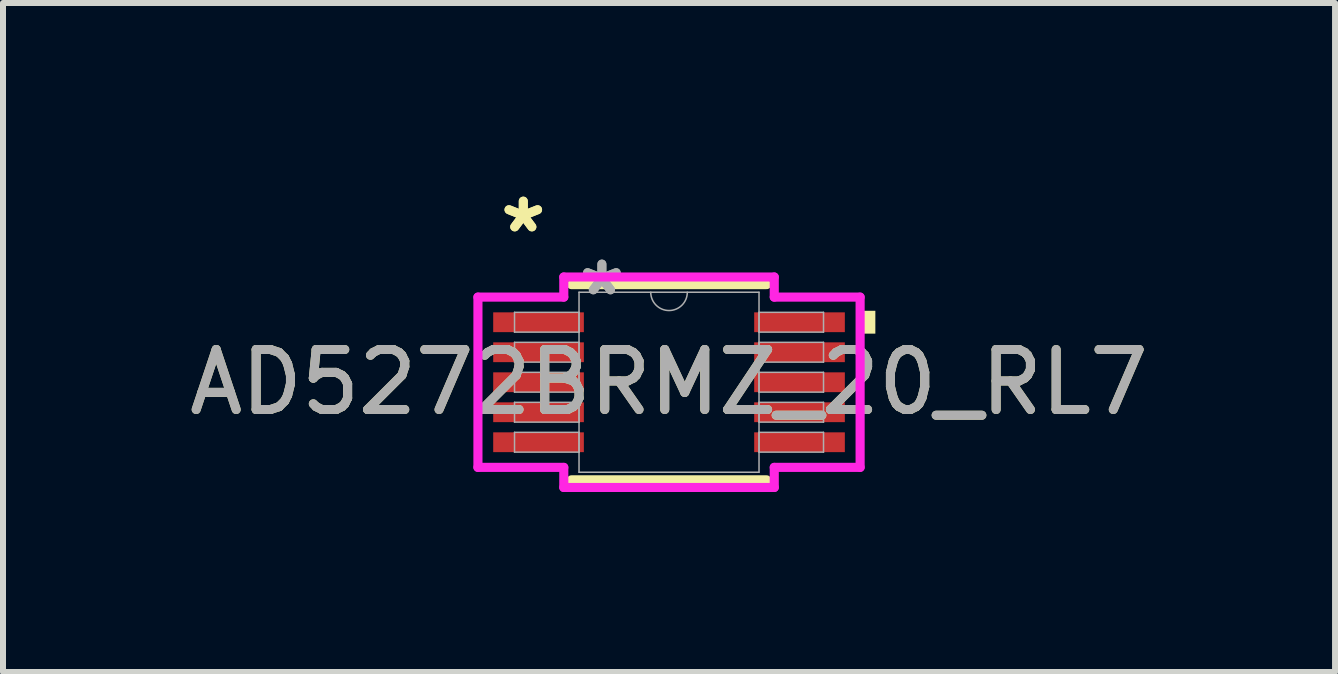
<source format=kicad_pcb>
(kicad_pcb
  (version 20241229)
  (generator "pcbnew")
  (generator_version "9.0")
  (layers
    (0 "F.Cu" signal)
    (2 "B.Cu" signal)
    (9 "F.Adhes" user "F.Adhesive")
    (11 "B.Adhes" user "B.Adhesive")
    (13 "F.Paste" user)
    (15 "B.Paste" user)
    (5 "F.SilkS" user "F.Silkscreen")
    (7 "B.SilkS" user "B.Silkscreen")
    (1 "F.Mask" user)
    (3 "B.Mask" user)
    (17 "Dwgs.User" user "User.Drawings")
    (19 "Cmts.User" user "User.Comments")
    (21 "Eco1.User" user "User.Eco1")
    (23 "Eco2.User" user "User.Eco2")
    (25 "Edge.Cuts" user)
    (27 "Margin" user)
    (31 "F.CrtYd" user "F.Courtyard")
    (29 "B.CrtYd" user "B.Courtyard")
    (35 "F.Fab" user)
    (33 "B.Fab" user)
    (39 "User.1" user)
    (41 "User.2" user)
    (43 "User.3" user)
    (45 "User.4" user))
  (footprint "AD5272BRMZ_20_RL7"
    (layer "F.Cu")
    (at 8.101 3.321)
    (property "Reference" "AD5272BRMZ_20_RL7" (at 0 0 0) (unlocked yes) (layer "F.SilkS") (effects (font (size 1 1) (thickness 0.15))))
    (attr smd)
    (fp_line (start -1.627 1.627) (end 1.627 1.627) (stroke (width 0.152) (type solid)) (layer "F.SilkS"))
    (fp_line (start 1.627 -1.627) (end -1.627 -1.627) (stroke (width 0.152) (type solid)) (layer "F.SilkS"))
    (fp_poly (pts (xy 3.439 -1.191) (xy 3.439 -0.81) (xy 3.185 -0.81) (xy 3.185 -1.191)) (stroke (width 0) (type solid)) (fill yes) (layer "F.SilkS"))
    (fp_line (start -3.185 -1.419) (end -1.754 -1.419) (stroke (width 0.152) (type solid)) (layer "F.CrtYd"))
    (fp_line (start -3.185 1.419) (end -3.185 -1.419) (stroke (width 0.152) (type solid)) (layer "F.CrtYd"))
    (fp_line (start -3.185 1.419) (end -1.754 1.419) (stroke (width 0.152) (type solid)) (layer "F.CrtYd"))
    (fp_line (start -1.754 -1.754) (end 1.754 -1.754) (stroke (width 0.152) (type solid)) (layer "F.CrtYd"))
    (fp_line (start -1.754 -1.419) (end -1.754 -1.754) (stroke (width 0.152) (type solid)) (layer "F.CrtYd"))
    (fp_line (start -1.754 1.754) (end -1.754 1.419) (stroke (width 0.152) (type solid)) (layer "F.CrtYd"))
    (fp_line (start 1.754 -1.754) (end 1.754 -1.419) (stroke (width 0.152) (type solid)) (layer "F.CrtYd"))
    (fp_line (start 1.754 1.419) (end 1.754 1.754) (stroke (width 0.152) (type solid)) (layer "F.CrtYd"))
    (fp_line (start 1.754 1.754) (end -1.754 1.754) (stroke (width 0.152) (type solid)) (layer "F.CrtYd"))
    (fp_line (start 3.185 -1.419) (end 1.754 -1.419) (stroke (width 0.152) (type solid)) (layer "F.CrtYd"))
    (fp_line (start 3.185 -1.419) (end 3.185 1.419) (stroke (width 0.152) (type solid)) (layer "F.CrtYd"))
    (fp_line (start 3.185 1.419) (end 1.754 1.419) (stroke (width 0.152) (type solid)) (layer "F.CrtYd"))
    (fp_line (start -2.575 -1.165) (end -2.575 -0.835) (stroke (width 0.025) (type solid)) (layer "F.Fab"))
    (fp_line (start -2.575 -0.835) (end -1.5 -0.835) (stroke (width 0.025) (type solid)) (layer "F.Fab"))
    (fp_line (start -2.575 -0.665) (end -2.575 -0.335) (stroke (width 0.025) (type solid)) (layer "F.Fab"))
    (fp_line (start -2.575 -0.335) (end -1.5 -0.335) (stroke (width 0.025) (type solid)) (layer "F.Fab"))
    (fp_line (start -2.575 -0.165) (end -2.575 0.165) (stroke (width 0.025) (type solid)) (layer "F.Fab"))
    (fp_line (start -2.575 0.165) (end -1.5 0.165) (stroke (width 0.025) (type solid)) (layer "F.Fab"))
    (fp_line (start -2.575 0.335) (end -2.575 0.665) (stroke (width 0.025) (type solid)) (layer "F.Fab"))
    (fp_line (start -2.575 0.665) (end -1.5 0.665) (stroke (width 0.025) (type solid)) (layer "F.Fab"))
    (fp_line (start -2.575 0.835) (end -2.575 1.165) (stroke (width 0.025) (type solid)) (layer "F.Fab"))
    (fp_line (start -2.575 1.165) (end -1.5 1.165) (stroke (width 0.025) (type solid)) (layer "F.Fab"))
    (fp_line (start -1.5 -1.5) (end -1.5 1.5) (stroke (width 0.025) (type solid)) (layer "F.Fab"))
    (fp_line (start -1.5 -1.165) (end -2.575 -1.165) (stroke (width 0.025) (type solid)) (layer "F.Fab"))
    (fp_line (start -1.5 -0.835) (end -1.5 -1.165) (stroke (width 0.025) (type solid)) (layer "F.Fab"))
    (fp_line (start -1.5 -0.665) (end -2.575 -0.665) (stroke (width 0.025) (type solid)) (layer "F.Fab"))
    (fp_line (start -1.5 -0.335) (end -1.5 -0.665) (stroke (width 0.025) (type solid)) (layer "F.Fab"))
    (fp_line (start -1.5 -0.165) (end -2.575 -0.165) (stroke (width 0.025) (type solid)) (layer "F.Fab"))
    (fp_line (start -1.5 0.165) (end -1.5 -0.165) (stroke (width 0.025) (type solid)) (layer "F.Fab"))
    (fp_line (start -1.5 0.335) (end -2.575 0.335) (stroke (width 0.025) (type solid)) (layer "F.Fab"))
    (fp_line (start -1.5 0.665) (end -1.5 0.335) (stroke (width 0.025) (type solid)) (layer "F.Fab"))
    (fp_line (start -1.5 0.835) (end -2.575 0.835) (stroke (width 0.025) (type solid)) (layer "F.Fab"))
    (fp_line (start -1.5 1.165) (end -1.5 0.835) (stroke (width 0.025) (type solid)) (layer "F.Fab"))
    (fp_line (start -1.5 1.5) (end 1.5 1.5) (stroke (width 0.025) (type solid)) (layer "F.Fab"))
    (fp_line (start 1.5 -1.5) (end -1.5 -1.5) (stroke (width 0.025) (type solid)) (layer "F.Fab"))
    (fp_line (start 1.5 -1.165) (end 1.5 -0.835) (stroke (width 0.025) (type solid)) (layer "F.Fab"))
    (fp_line (start 1.5 -0.835) (end 2.575 -0.835) (stroke (width 0.025) (type solid)) (layer "F.Fab"))
    (fp_line (start 1.5 -0.665) (end 1.5 -0.335) (stroke (width 0.025) (type solid)) (layer "F.Fab"))
    (fp_line (start 1.5 -0.335) (end 2.575 -0.335) (stroke (width 0.025) (type solid)) (layer "F.Fab"))
    (fp_line (start 1.5 -0.165) (end 1.5 0.165) (stroke (width 0.025) (type solid)) (layer "F.Fab"))
    (fp_line (start 1.5 0.165) (end 2.575 0.165) (stroke (width 0.025) (type solid)) (layer "F.Fab"))
    (fp_line (start 1.5 0.335) (end 1.5 0.665) (stroke (width 0.025) (type solid)) (layer "F.Fab"))
    (fp_line (start 1.5 0.665) (end 2.575 0.665) (stroke (width 0.025) (type solid)) (layer "F.Fab"))
    (fp_line (start 1.5 0.835) (end 1.5 1.165) (stroke (width 0.025) (type solid)) (layer "F.Fab"))
    (fp_line (start 1.5 1.165) (end 2.575 1.165) (stroke (width 0.025) (type solid)) (layer "F.Fab"))
    (fp_line (start 1.5 1.5) (end 1.5 -1.5) (stroke (width 0.025) (type solid)) (layer "F.Fab"))
    (fp_line (start 2.575 -1.165) (end 1.5 -1.165) (stroke (width 0.025) (type solid)) (layer "F.Fab"))
    (fp_line (start 2.575 -0.835) (end 2.575 -1.165) (stroke (width 0.025) (type solid)) (layer "F.Fab"))
    (fp_line (start 2.575 -0.665) (end 1.5 -0.665) (stroke (width 0.025) (type solid)) (layer "F.Fab"))
    (fp_line (start 2.575 -0.335) (end 2.575 -0.665) (stroke (width 0.025) (type solid)) (layer "F.Fab"))
    (fp_line (start 2.575 -0.165) (end 1.5 -0.165) (stroke (width 0.025) (type solid)) (layer "F.Fab"))
    (fp_line (start 2.575 0.165) (end 2.575 -0.165) (stroke (width 0.025) (type solid)) (layer "F.Fab"))
    (fp_line (start 2.575 0.335) (end 1.5 0.335) (stroke (width 0.025) (type solid)) (layer "F.Fab"))
    (fp_line (start 2.575 0.665) (end 2.575 0.335) (stroke (width 0.025) (type solid)) (layer "F.Fab"))
    (fp_line (start 2.575 0.835) (end 1.5 0.835) (stroke (width 0.025) (type solid)) (layer "F.Fab"))
    (fp_line (start 2.575 1.165) (end 2.575 0.835) (stroke (width 0.025) (type solid)) (layer "F.Fab"))
    (fp_arc (start 0.3048 -1.5) (mid 0 -1.1952) (end -0.3048 -1.5) (stroke (width 0.0254) (type solid)) (layer "F.Fab"))
    (fp_text user "*" (at -2.429 -2.473 0) (unlocked yes) (layer "F.SilkS") (effects (font (size 1 1) (thickness 0.15))))
    (fp_text user "*" (at -2.429 -2.473 0) (layer "F.SilkS") (effects (font (size 1 1) (thickness 0.15))))
    (fp_text user "*" (at -1.119 -1.424 0) (layer "F.Fab") (effects (font (size 1 1) (thickness 0.15))))
    (fp_text user "*" (at -1.119 -1.424 0) (unlocked yes) (layer "F.Fab") (effects (font (size 1 1) (thickness 0.15))))
    (fp_text user "${REFERENCE}" (at 0 0 0) (unlocked yes) (layer "F.Fab") (effects (font (size 1 1) (thickness 0.15))))
    (pad "1" smd rect (at -2.175 -1) (size 1.511 0.33) (layers "F.Cu" "F.Mask" "F.Paste"))
    (pad "2" smd rect (at -2.175 -0.5) (size 1.511 0.33) (layers "F.Cu" "F.Mask" "F.Paste"))
    (pad "3" smd rect (at -2.175 0) (size 1.511 0.33) (layers "F.Cu" "F.Mask" "F.Paste"))
    (pad "4" smd rect (at -2.175 0.5) (size 1.511 0.33) (layers "F.Cu" "F.Mask" "F.Paste"))
    (pad "5" smd rect (at -2.175 1) (size 1.511 0.33) (layers "F.Cu" "F.Mask" "F.Paste"))
    (pad "6" smd rect (at 2.175 1) (size 1.511 0.33) (layers "F.Cu" "F.Mask" "F.Paste"))
    (pad "7" smd rect (at 2.175 0.5) (size 1.511 0.33) (layers "F.Cu" "F.Mask" "F.Paste"))
    (pad "8" smd rect (at 2.175 0) (size 1.511 0.33) (layers "F.Cu" "F.Mask" "F.Paste"))
    (pad "9" smd rect (at 2.175 -0.5) (size 1.511 0.33) (layers "F.Cu" "F.Mask" "F.Paste"))
    (pad "10" smd rect (at 2.175 -1) (size 1.511 0.33) (layers "F.Cu" "F.Mask" "F.Paste")))
  (gr_rect
    (start -3 -3)
    (end 19.202 8.151)
    (stroke (width 0.1) (type default))
    (fill no)
    (layer "Edge.Cuts")))
</source>
